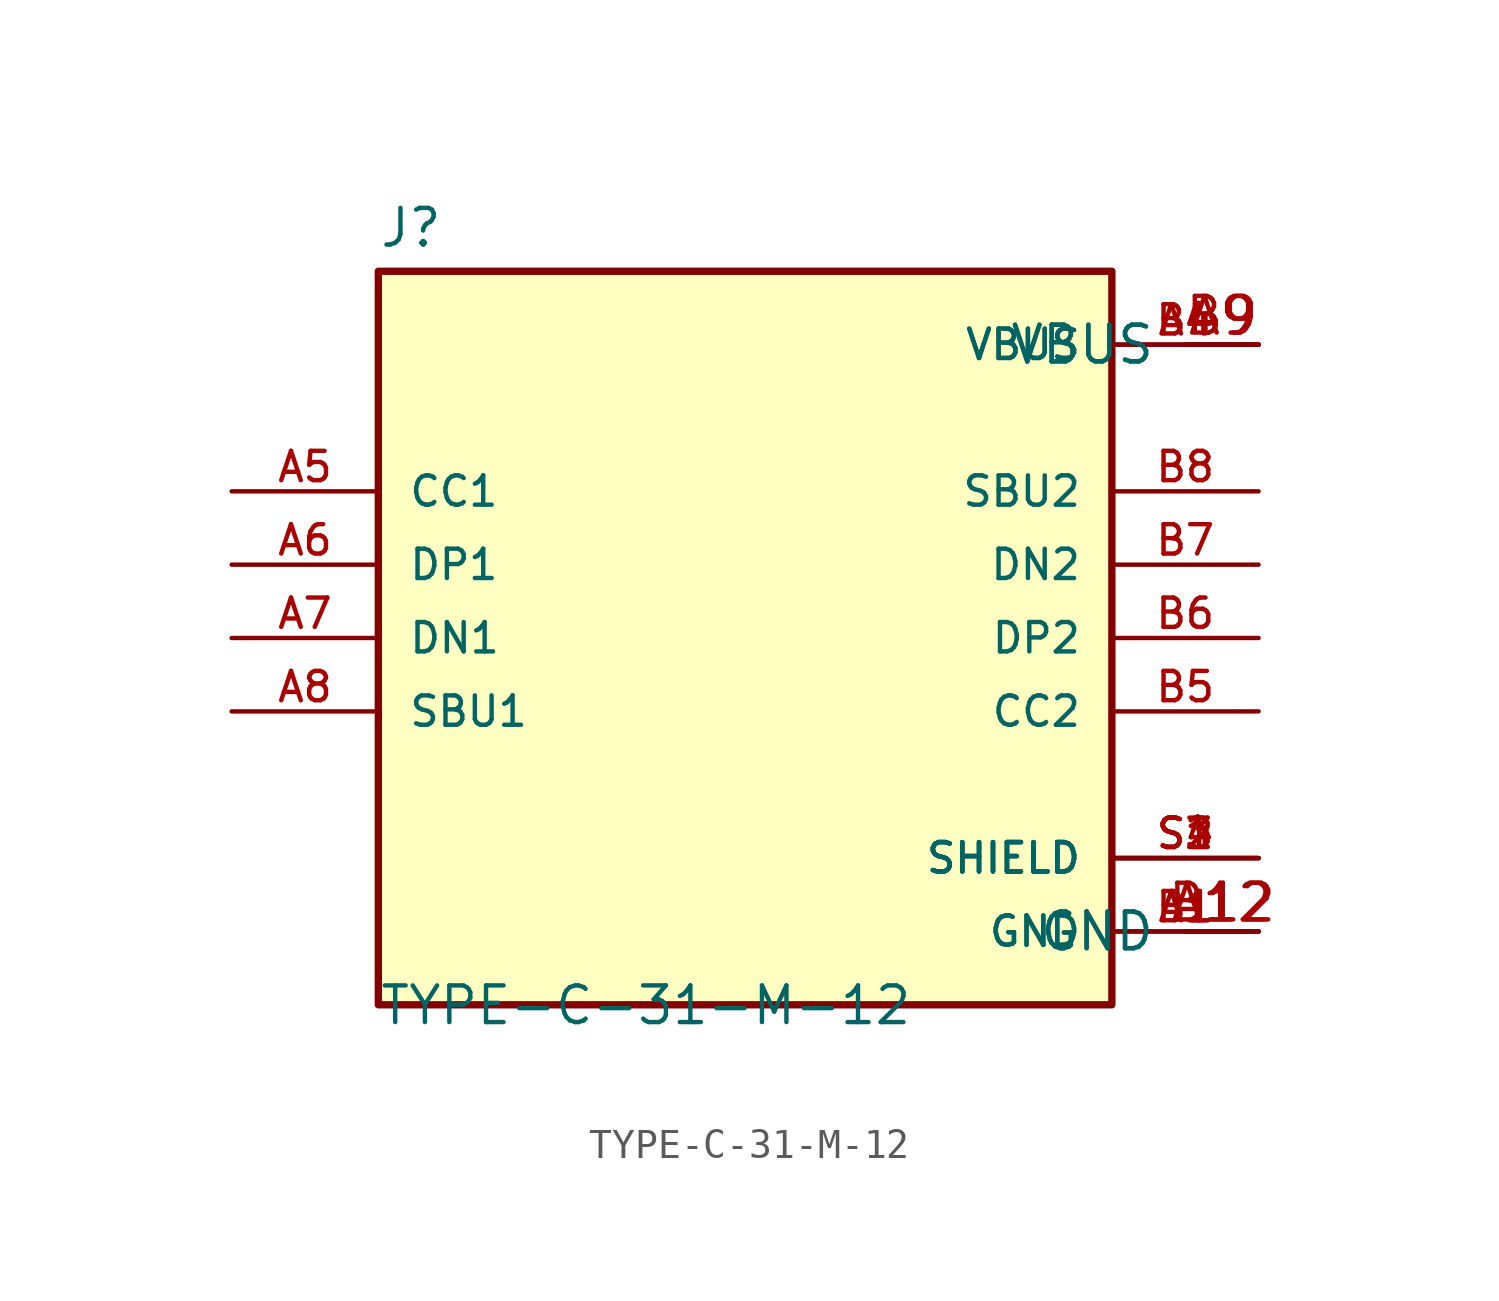
<source format=kicad_sym>
(kicad_symbol_lib
  (version 20211014)
  (generator kicad_symbol_editor)
  (symbol "TYPE-C-31-M-12"
    (pin_names
      (offset 1.016))
    (property "Reference" "J"
      (at -12.7 13.462 0)
      (effects (font (size 1.27 1.27)) (justify left bottom)))
    (property "Value" "TYPE-C-31-M-12"
      (at -12.7 -13.462 0)
      (effects (font (size 1.27 1.27)) (justify left bottom)))
    (property "ki_locked" ""
      (at 0 0 0)
      (effects (font (size 1.27 1.27))))
    (symbol "TYPE-C-31-M-12_0_0"
      (rectangle (start -12.7 -12.7) (end 12.7 12.7) (stroke (width 0.254) (type default) (color 0 0 0 0)) (fill (type background)))
      (pin power_in line (at 17.78 -10.16 180) (length 5.08) (name "GND" (effects (font (size 1.016 1.016)))) (number "A1" (effects (font (size 1.016 1.016)))))
      (pin power_out line (at 17.78 -10.16 180) (length 2.54) (name "GND" (effects (font (size 1.27 1.27)))) (number "A12" (effects (font (size 1.27 1.27)))))
      (pin power_in line (at 17.78 10.16 180) (length 5.08) (name "VBUS" (effects (font (size 1.016 1.016)))) (number "A4" (effects (font (size 1.016 1.016)))))
      (pin bidirectional line (at -17.78 5.08 0) (length 5.08) (name "CC1" (effects (font (size 1.016 1.016)))) (number "A5" (effects (font (size 1.016 1.016)))))
      (pin bidirectional line (at -17.78 2.54 0) (length 5.08) (name "DP1" (effects (font (size 1.016 1.016)))) (number "A6" (effects (font (size 1.016 1.016)))))
      (pin bidirectional line (at -17.78 0 0) (length 5.08) (name "DN1" (effects (font (size 1.016 1.016)))) (number "A7" (effects (font (size 1.016 1.016)))))
      (pin bidirectional line (at -17.78 -2.54 0) (length 5.08) (name "SBU1" (effects (font (size 1.016 1.016)))) (number "A8" (effects (font (size 1.016 1.016)))))
      (pin power_in line (at 17.78 10.16 180) (length 2.54) (name "VBUS" (effects (font (size 1.27 1.27)))) (number "A9" (effects (font (size 1.27 1.27)))))
      (pin power_in line (at 17.78 -10.16 180) (length 5.08) (name "GND" (effects (font (size 1.016 1.016)))) (number "B1" (effects (font (size 1.016 1.016)))))
      (pin power_in line (at 17.78 -10.16 180) (length 2.54) (name "GND" (effects (font (size 1.27 1.27)))) (number "B12" (effects (font (size 1.27 1.27)))))
      (pin power_in line (at 17.78 10.16 180) (length 5.08) (name "VBUS" (effects (font (size 1.016 1.016)))) (number "B4" (effects (font (size 1.016 1.016)))))
      (pin bidirectional line (at 17.78 -2.54 180) (length 5.08) (name "CC2" (effects (font (size 1.016 1.016)))) (number "B5" (effects (font (size 1.016 1.016)))))
      (pin bidirectional line (at 17.78 0 180) (length 5.08) (name "DP2" (effects (font (size 1.016 1.016)))) (number "B6" (effects (font (size 1.016 1.016)))))
      (pin bidirectional line (at 17.78 2.54 180) (length 5.08) (name "DN2" (effects (font (size 1.016 1.016)))) (number "B7" (effects (font (size 1.016 1.016)))))
      (pin bidirectional line (at 17.78 5.08 180) (length 5.08) (name "SBU2" (effects (font (size 1.016 1.016)))) (number "B8" (effects (font (size 1.016 1.016)))))
      (pin input line (at 17.78 10.16 180) (length 2.54) (name "VBUS" (effects (font (size 1.27 1.27)))) (number "B9" (effects (font (size 1.27 1.27)))))
      (pin passive line (at 17.78 -7.62 180) (length 5.08) (name "SHIELD" (effects (font (size 1.016 1.016)))) (number "S1" (effects (font (size 1.016 1.016)))))
      (pin passive line (at 17.78 -7.62 180) (length 5.08) (name "SHIELD" (effects (font (size 1.016 1.016)))) (number "S2" (effects (font (size 1.016 1.016)))))
      (pin passive line (at 17.78 -7.62 180) (length 5.08) (name "SHIELD" (effects (font (size 1.016 1.016)))) (number "S3" (effects (font (size 1.016 1.016)))))
      (pin passive line (at 17.78 -7.62 180) (length 5.08) (name "SHIELD" (effects (font (size 1.016 1.016)))) (number "S4" (effects (font (size 1.016 1.016))))))))
</source>
